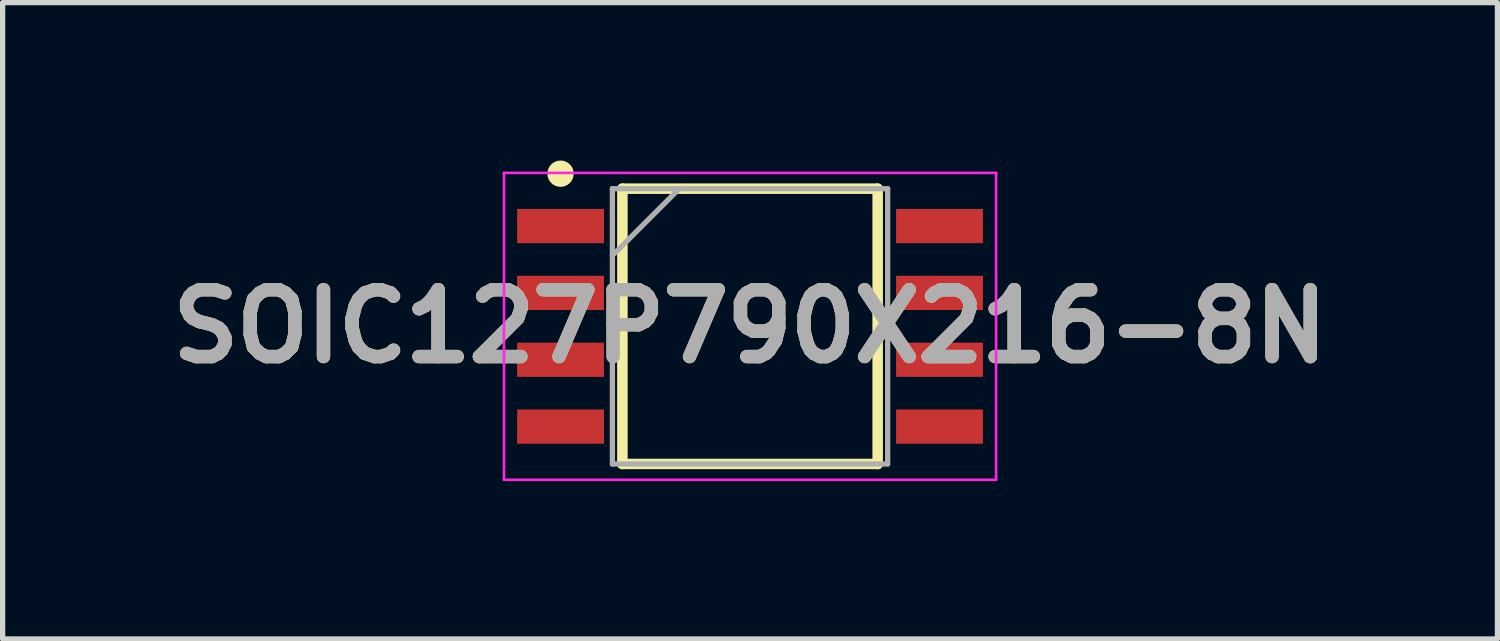
<source format=kicad_pcb>
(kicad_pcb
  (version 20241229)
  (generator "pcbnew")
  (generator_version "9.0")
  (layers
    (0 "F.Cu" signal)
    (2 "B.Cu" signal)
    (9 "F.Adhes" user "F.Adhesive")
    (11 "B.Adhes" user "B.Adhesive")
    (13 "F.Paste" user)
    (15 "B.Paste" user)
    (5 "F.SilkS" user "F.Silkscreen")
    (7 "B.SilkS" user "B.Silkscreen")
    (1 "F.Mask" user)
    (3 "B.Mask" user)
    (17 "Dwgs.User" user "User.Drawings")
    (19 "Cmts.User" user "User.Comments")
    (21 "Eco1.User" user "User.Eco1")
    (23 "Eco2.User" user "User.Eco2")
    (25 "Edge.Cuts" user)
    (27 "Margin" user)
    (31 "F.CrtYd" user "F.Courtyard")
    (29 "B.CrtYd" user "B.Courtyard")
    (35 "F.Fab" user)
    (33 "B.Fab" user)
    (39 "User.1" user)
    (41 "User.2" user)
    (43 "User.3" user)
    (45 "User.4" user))
  (footprint "SOIC127P790X216-8N"
    (layer "F.Cu")
    (at 11.2 3.15)
    (property "Reference" "SOIC127P790X216-8N" (at 0 0 0) (layer "F.SilkS") (effects (font (size 1.27 1.27) (thickness 0.254))))
    (attr smd)
    (fp_line (start -2.425 -2.615) (end 2.425 -2.615) (stroke (width 0.2) (type solid)) (layer "F.SilkS"))
    (fp_line (start -2.425 2.615) (end -2.425 -2.615) (stroke (width 0.2) (type solid)) (layer "F.SilkS"))
    (fp_line (start 2.425 -2.615) (end 2.425 2.615) (stroke (width 0.2) (type solid)) (layer "F.SilkS"))
    (fp_line (start 2.425 2.615) (end -2.425 2.615) (stroke (width 0.2) (type solid)) (layer "F.SilkS"))
    (fp_circle (center -3.6 -2.9) (end -3.4 -2.9) (stroke (width 0.1) (type solid)) (fill yes) (layer "F.SilkS"))
    (fp_line (start -4.675 -2.915) (end 4.675 -2.915) (stroke (width 0.05) (type solid)) (layer "F.CrtYd"))
    (fp_line (start -4.675 2.915) (end -4.675 -2.915) (stroke (width 0.05) (type solid)) (layer "F.CrtYd"))
    (fp_line (start 4.675 -2.915) (end 4.675 2.915) (stroke (width 0.05) (type solid)) (layer "F.CrtYd"))
    (fp_line (start 4.675 2.915) (end -4.675 2.915) (stroke (width 0.05) (type solid)) (layer "F.CrtYd"))
    (fp_line (start -2.615 -2.615) (end 2.615 -2.615) (stroke (width 0.1) (type solid)) (layer "F.Fab"))
    (fp_line (start -2.615 -1.345) (end -1.345 -2.615) (stroke (width 0.1) (type solid)) (layer "F.Fab"))
    (fp_line (start -2.615 2.615) (end -2.615 -2.615) (stroke (width 0.1) (type solid)) (layer "F.Fab"))
    (fp_line (start 2.615 -2.615) (end 2.615 2.615) (stroke (width 0.1) (type solid)) (layer "F.Fab"))
    (fp_line (start 2.615 2.615) (end -2.615 2.615) (stroke (width 0.1) (type solid)) (layer "F.Fab"))
    (fp_text user "${REFERENCE}" (at 0 0 0) (layer "F.Fab") (effects (font (size 1.27 1.27) (thickness 0.254))))
    (pad "1" smd rect (at -3.6 -1.905 90) (size 0.65 1.65) (layers "F.Cu" "F.Mask" "F.Paste"))
    (pad "2" smd rect (at -3.6 -0.635 90) (size 0.65 1.65) (layers "F.Cu" "F.Mask" "F.Paste"))
    (pad "3" smd rect (at -3.6 0.635 90) (size 0.65 1.65) (layers "F.Cu" "F.Mask" "F.Paste"))
    (pad "4" smd rect (at -3.6 1.905 90) (size 0.65 1.65) (layers "F.Cu" "F.Mask" "F.Paste"))
    (pad "5" smd rect (at 3.6 1.905 90) (size 0.65 1.65) (layers "F.Cu" "F.Mask" "F.Paste"))
    (pad "6" smd rect (at 3.6 0.635 90) (size 0.65 1.65) (layers "F.Cu" "F.Mask" "F.Paste"))
    (pad "7" smd rect (at 3.6 -0.635 90) (size 0.65 1.65) (layers "F.Cu" "F.Mask" "F.Paste"))
    (pad "8" smd rect (at 3.6 -1.905 90) (size 0.65 1.65) (layers "F.Cu" "F.Mask" "F.Paste")))
  (gr_rect
    (start -3 -3)
    (end 25.4 9.09)
    (stroke (width 0.1) (type default))
    (fill no)
    (layer "Edge.Cuts")))
</source>
